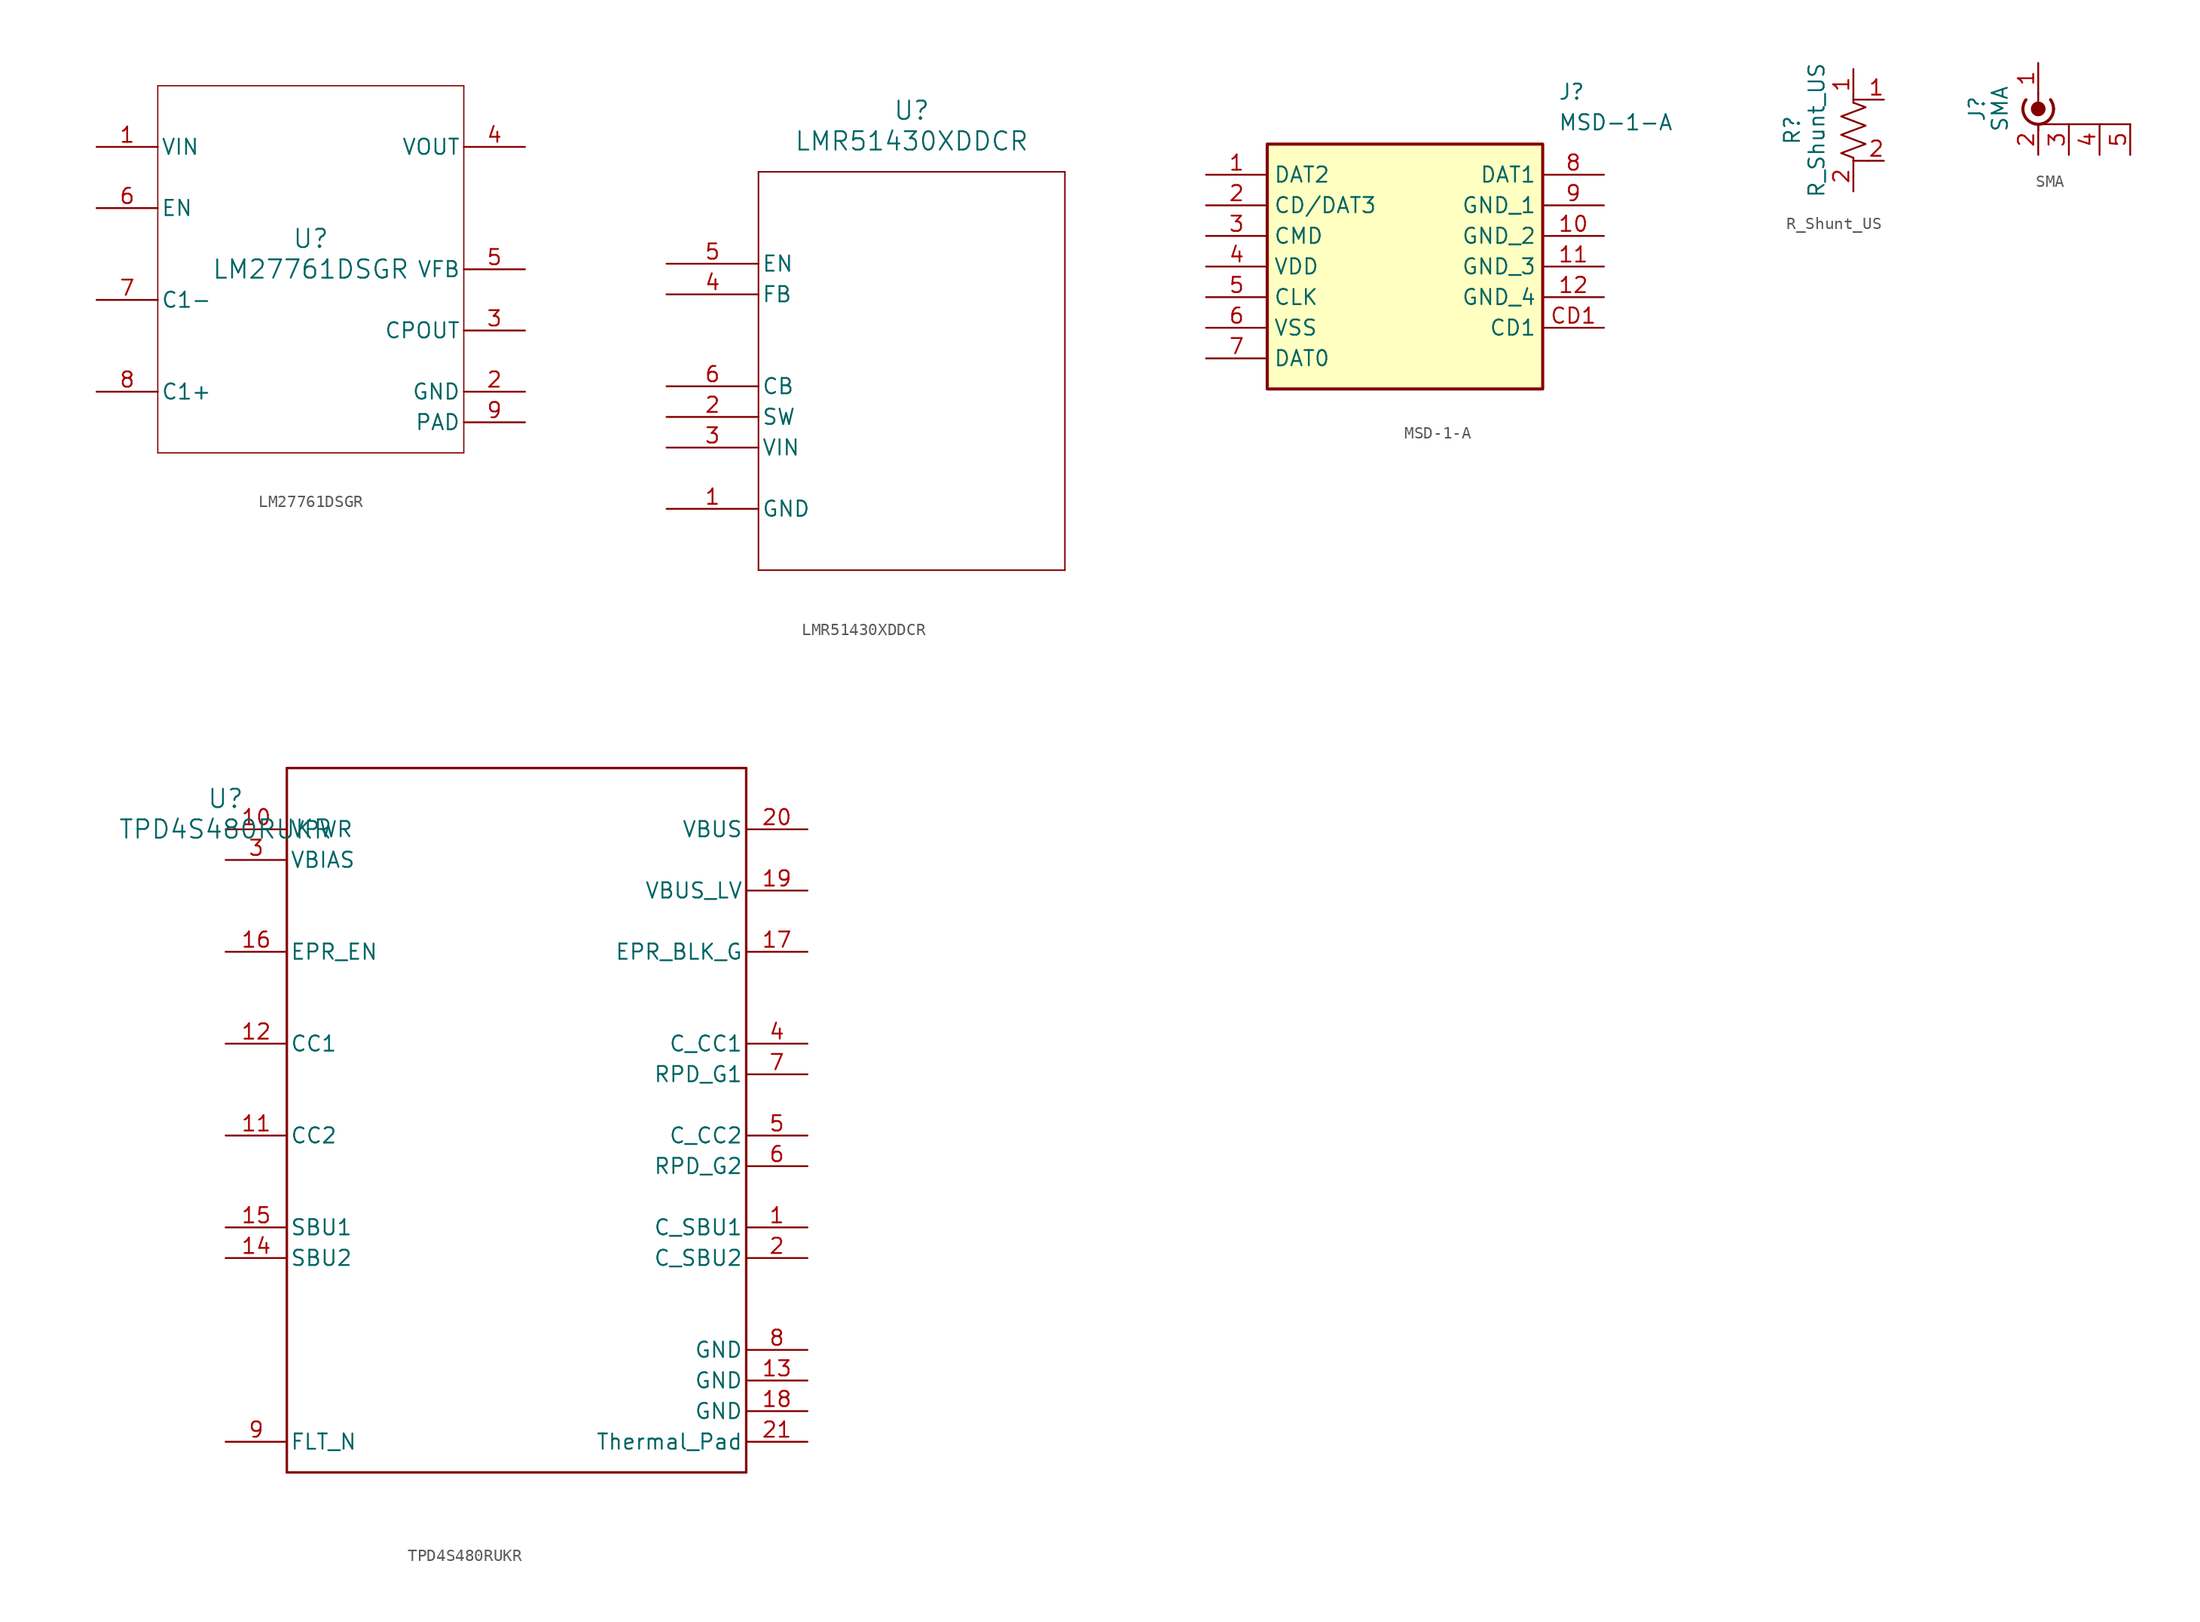
<source format=kicad_sym>
(kicad_symbol_lib
  (version 20241209)
  (generator "kicad_symbol_editor")
  (generator_version "9.0")
  (symbol "LM27761DSGR"
    (pin_names
      (offset 0.254))
    (property "Reference" "U"
      (at 0 2.54 0)
      (effects (font (size 1.524 1.524))))
    (property "Value" "LM27761DSGR"
      (at 0 0 0)
      (effects (font (size 1.524 1.524))))
    (property "ki_locked" ""
      (at 0 0 0)
      (effects (font (size 1.27 1.27))))
    (symbol "LM27761DSGR_0_1"
      (polyline (pts (xy -12.7 15.24) (xy -12.7 -15.24)) (stroke (width 0.102) (type default)) (fill (type none)))
      (polyline (pts (xy -12.7 -15.24) (xy 12.7 -15.24)) (stroke (width 0.102) (type default)) (fill (type none)))
      (polyline (pts (xy 12.7 15.24) (xy -12.7 15.24)) (stroke (width 0.102) (type default)) (fill (type none)))
      (polyline (pts (xy 12.7 -15.24) (xy 12.7 15.24)) (stroke (width 0.102) (type default)) (fill (type none)))
      (pin power_in line (at -17.78 10.16 0) (length 5.08) (name "VIN" (effects (font (size 1.27 1.27)))) (number "1" (effects (font (size 1.27 1.27)))))
      (pin input line (at -17.78 5.08 0) (length 5.08) (name "EN" (effects (font (size 1.27 1.27)))) (number "6" (effects (font (size 1.27 1.27)))))
      (pin unspecified line (at -17.78 -2.54 0) (length 5.08) (name "C1-" (effects (font (size 1.27 1.27)))) (number "7" (effects (font (size 1.27 1.27)))))
      (pin unspecified line (at -17.78 -10.16 0) (length 5.08) (name "C1+" (effects (font (size 1.27 1.27)))) (number "8" (effects (font (size 1.27 1.27)))))
      (pin power_in line (at 17.78 10.16 180) (length 5.08) (name "VOUT" (effects (font (size 1.27 1.27)))) (number "4" (effects (font (size 1.27 1.27)))))
      (pin input line (at 17.78 0 180) (length 5.08) (name "VFB" (effects (font (size 1.27 1.27)))) (number "5" (effects (font (size 1.27 1.27)))))
      (pin power_in line (at 17.78 -5.08 180) (length 5.08) (name "CPOUT" (effects (font (size 1.27 1.27)))) (number "3" (effects (font (size 1.27 1.27)))))
      (pin power_in line (at 17.78 -10.16 180) (length 5.08) (name "GND" (effects (font (size 1.27 1.27)))) (number "2" (effects (font (size 1.27 1.27)))))
      (pin unspecified line (at 17.78 -12.7 180) (length 5.08) (name "PAD" (effects (font (size 1.27 1.27)))) (number "9" (effects (font (size 1.27 1.27)))))))
  (symbol "LMR51430XDDCR"
    (pin_names
      (offset 0.254))
    (property "Reference" "U"
      (at 20.32 12.7 0)
      (effects (font (size 1.524 1.524))))
    (property "Value" "LMR51430XDDCR"
      (at 20.32 10.16 0)
      (effects (font (size 1.524 1.524))))
    (property "ki_locked" ""
      (at 0 0 0)
      (effects (font (size 1.27 1.27))))
    (symbol "LMR51430XDDCR_0_1"
      (polyline (pts (xy 7.62 7.62) (xy 7.62 -25.4)) (stroke (width 0.127) (type default)) (fill (type none)))
      (polyline (pts (xy 7.62 -25.4) (xy 33.02 -25.4)) (stroke (width 0.127) (type default)) (fill (type none)))
      (polyline (pts (xy 33.02 7.62) (xy 7.62 7.62)) (stroke (width 0.127) (type default)) (fill (type none)))
      (polyline (pts (xy 33.02 -25.4) (xy 33.02 7.62)) (stroke (width 0.127) (type default)) (fill (type none)))
      (pin unspecified line (at 0 0 0) (length 7.62) (name "EN" (effects (font (size 1.27 1.27)))) (number "5" (effects (font (size 1.27 1.27)))))
      (pin unspecified line (at 0 -2.54 0) (length 7.62) (name "FB" (effects (font (size 1.27 1.27)))) (number "4" (effects (font (size 1.27 1.27)))))
      (pin power_in line (at 0 -10.16 0) (length 7.62) (name "CB" (effects (font (size 1.27 1.27)))) (number "6" (effects (font (size 1.27 1.27)))))
      (pin power_in line (at 0 -12.7 0) (length 7.62) (name "SW" (effects (font (size 1.27 1.27)))) (number "2" (effects (font (size 1.27 1.27)))))
      (pin power_in line (at 0 -15.24 0) (length 7.62) (name "VIN" (effects (font (size 1.27 1.27)))) (number "3" (effects (font (size 1.27 1.27)))))
      (pin power_out line (at 0 -20.32 0) (length 7.62) (name "GND" (effects (font (size 1.27 1.27)))) (number "1" (effects (font (size 1.27 1.27)))))))
  (symbol "MSD-1-A"
    (property "Reference" "J"
      (at 29.21 7.62 0)
      (effects (font (size 1.27 1.27)) (justify left top)))
    (property "Value" "MSD-1-A"
      (at 29.21 5.08 0)
      (effects (font (size 1.27 1.27)) (justify left top)))
    (symbol "MSD-1-A_1_1"
      (rectangle (start 5.08 2.54) (end 27.94 -17.78) (stroke (width 0.254) (type default)) (fill (type background)))
      (pin passive line (at 0 0 0) (length 5.08) (name "DAT2" (effects (font (size 1.27 1.27)))) (number "1" (effects (font (size 1.27 1.27)))))
      (pin passive line (at 0 -2.54 0) (length 5.08) (name "CD/DAT3" (effects (font (size 1.27 1.27)))) (number "2" (effects (font (size 1.27 1.27)))))
      (pin passive line (at 0 -5.08 0) (length 5.08) (name "CMD" (effects (font (size 1.27 1.27)))) (number "3" (effects (font (size 1.27 1.27)))))
      (pin passive line (at 0 -7.62 0) (length 5.08) (name "VDD" (effects (font (size 1.27 1.27)))) (number "4" (effects (font (size 1.27 1.27)))))
      (pin passive line (at 0 -10.16 0) (length 5.08) (name "CLK" (effects (font (size 1.27 1.27)))) (number "5" (effects (font (size 1.27 1.27)))))
      (pin passive line (at 0 -12.7 0) (length 5.08) (name "VSS" (effects (font (size 1.27 1.27)))) (number "6" (effects (font (size 1.27 1.27)))))
      (pin passive line (at 0 -15.24 0) (length 5.08) (name "DAT0" (effects (font (size 1.27 1.27)))) (number "7" (effects (font (size 1.27 1.27)))))
      (pin passive line (at 33.02 0 180) (length 5.08) (name "DAT1" (effects (font (size 1.27 1.27)))) (number "8" (effects (font (size 1.27 1.27)))))
      (pin passive line (at 33.02 -2.54 180) (length 5.08) (name "GND_1" (effects (font (size 1.27 1.27)))) (number "9" (effects (font (size 1.27 1.27)))))
      (pin passive line (at 33.02 -5.08 180) (length 5.08) (name "GND_2" (effects (font (size 1.27 1.27)))) (number "10" (effects (font (size 1.27 1.27)))))
      (pin passive line (at 33.02 -7.62 180) (length 5.08) (name "GND_3" (effects (font (size 1.27 1.27)))) (number "11" (effects (font (size 1.27 1.27)))))
      (pin passive line (at 33.02 -10.16 180) (length 5.08) (name "GND_4" (effects (font (size 1.27 1.27)))) (number "12" (effects (font (size 1.27 1.27)))))
      (pin passive line (at 33.02 -12.7 180) (length 5.08) (name "CD1" (effects (font (size 1.27 1.27)))) (number "CD1" (effects (font (size 1.27 1.27)))))))
  (symbol "R_Shunt_US"
    (pin_names
      (offset 0)
      (hide yes))
    (property "Reference" "R"
      (at -5.08 0 90)
      (effects (font (size 1.27 1.27))))
    (property "Value" "R_Shunt_US"
      (at -3.048 0 90)
      (effects (font (size 1.27 1.27))))
    (symbol "R_Shunt_US_1_1"
      (polyline (pts (xy 0 2.286) (xy 0 2.54)) (stroke (width 0) (type default)) (fill (type none)))
      (polyline (pts (xy 0 2.286) (xy 1.016 1.905) (xy 0 1.524) (xy -1.016 1.143) (xy 0 0.762)) (stroke (width 0) (type default)) (fill (type none)))
      (polyline (pts (xy 0 0.762) (xy 1.016 0.381) (xy 0 0) (xy -1.016 -0.381) (xy 0 -0.762)) (stroke (width 0) (type default)) (fill (type none)))
      (polyline (pts (xy 0 -0.762) (xy 1.016 -1.143) (xy 0 -1.524) (xy -1.016 -1.905) (xy 0 -2.286)) (stroke (width 0) (type default)) (fill (type none)))
      (polyline (pts (xy 0 -2.286) (xy 0 -2.54)) (stroke (width 0) (type default)) (fill (type none)))
      (polyline (pts (xy 0 -2.54) (xy 1.27 -2.54)) (stroke (width 0) (type default)) (fill (type none)))
      (polyline (pts (xy 1.27 2.54) (xy 0 2.54)) (stroke (width 0) (type default)) (fill (type none)))
      (pin passive line (at 0 5.08 270) (length 2.54) (name "~" (effects (font (size 1.27 1.27)))) (number "1" (effects (font (size 1.27 1.27)))))
      (pin passive line (at 0 -5.08 90) (length 2.54) (name "2" (effects (font (size 1.27 1.27)))) (number "2" (effects (font (size 1.27 1.27)))))
      (pin passive line (at 2.54 2.54 180) (length 1.27) (name "~" (effects (font (size 1.27 1.27)))) (number "1" (effects (font (size 1.27 1.27)))))
      (pin passive line (at 2.54 -2.54 180) (length 1.27) (name "2" (effects (font (size 1.27 1.27)))) (number "2" (effects (font (size 1.27 1.27)))))))
  (symbol "SMA"
    (pin_names
      (offset 1.016)
      (hide yes))
    (property "Reference" "J"
      (at -5.08 -1.27 90)
      (effects (font (size 1.27 1.27))))
    (property "Value" "SMA"
      (at -3.175 -1.27 90)
      (effects (font (size 1.27 1.27))))
    (symbol "SMA_0_1"
      (arc (start 1.016 -0.508) (mid 1.2048 -0.8684) (end 1.27 -1.27) (stroke (width 0.254) (type default)) (fill (type none)))
      (polyline (pts (xy 0 0) (xy 0 -1.27)) (stroke (width 0) (type default)) (fill (type none)))
      (arc (start 1.27 -1.27) (mid 0 -2.5345) (end -1.27 -1.27) (stroke (width 0.254) (type default)) (fill (type none)))
      (arc (start -1.27 -1.27) (mid -1.2048 -0.8684) (end -1.016 -0.508) (stroke (width 0.254) (type default)) (fill (type none)))
      (circle (center 0 -1.27) (radius 0.508) (stroke (width 0.203) (type default)) (fill (type outline)))
      (polyline (pts (xy 0 -2.54) (xy 0 -3.048)) (stroke (width 0) (type default)) (fill (type none)))
      (polyline (pts (xy 0 -2.54) (xy 7.62 -2.54)) (stroke (width 0) (type default)) (fill (type none))))
    (symbol "SMA_1_1"
      (pin passive line (at 0 2.54 270) (length 2.54) (name "In" (effects (font (size 1.27 1.27)))) (number "1" (effects (font (size 1.27 1.27)))))
      (pin passive line (at 0 -5.08 90) (length 2.54) (name "Ext" (effects (font (size 1.27 1.27)))) (number "2" (effects (font (size 1.27 1.27)))))
      (pin passive line (at 2.54 -5.08 90) (length 2.54) (name "Ext" (effects (font (size 1.27 1.27)))) (number "3" (effects (font (size 1.27 1.27)))))
      (pin passive line (at 5.08 -5.08 90) (length 2.54) (name "Ext" (effects (font (size 1.27 1.27)))) (number "4" (effects (font (size 1.27 1.27)))))
      (pin passive line (at 7.62 -5.08 90) (length 2.54) (name "Ext" (effects (font (size 1.27 1.27)))) (number "5" (effects (font (size 1.27 1.27)))))))
  (symbol "TPD4S480RUKR"
    (pin_names
      (offset 0.254))
    (property "Reference" "U"
      (at 0 2.54 0)
      (effects (font (size 1.524 1.524))))
    (property "Value" "TPD4S480RUKR"
      (at 0 0 0)
      (effects (font (size 1.524 1.524))))
    (property "ki_locked" ""
      (at 0 0 0)
      (effects (font (size 1.27 1.27))))
    (symbol "TPD4S480RUKR_0_1"
      (polyline (pts (xy 5.08 5.08) (xy 5.08 -53.34)) (stroke (width 0.203) (type default)) (fill (type none)))
      (polyline (pts (xy 5.08 -53.34) (xy 43.18 -53.34)) (stroke (width 0.203) (type default)) (fill (type none)))
      (polyline (pts (xy 43.18 5.08) (xy 5.08 5.08)) (stroke (width 0.203) (type default)) (fill (type none)))
      (polyline (pts (xy 43.18 -53.34) (xy 43.18 5.08)) (stroke (width 0.203) (type default)) (fill (type none)))
      (pin power_in line (at 0 0 0) (length 5.08) (name "VPWR" (effects (font (size 1.27 1.27)))) (number "10" (effects (font (size 1.27 1.27)))))
      (pin power_in line (at 0 -2.54 0) (length 5.08) (name "VBIAS" (effects (font (size 1.27 1.27)))) (number "3" (effects (font (size 1.27 1.27)))))
      (pin input line (at 0 -10.16 0) (length 5.08) (name "EPR_EN" (effects (font (size 1.27 1.27)))) (number "16" (effects (font (size 1.27 1.27)))))
      (pin bidirectional line (at 0 -17.78 0) (length 5.08) (name "CC1" (effects (font (size 1.27 1.27)))) (number "12" (effects (font (size 1.27 1.27)))))
      (pin bidirectional line (at 0 -25.4 0) (length 5.08) (name "CC2" (effects (font (size 1.27 1.27)))) (number "11" (effects (font (size 1.27 1.27)))))
      (pin bidirectional line (at 0 -33.02 0) (length 5.08) (name "SBU1" (effects (font (size 1.27 1.27)))) (number "15" (effects (font (size 1.27 1.27)))))
      (pin bidirectional line (at 0 -35.56 0) (length 5.08) (name "SBU2" (effects (font (size 1.27 1.27)))) (number "14" (effects (font (size 1.27 1.27)))))
      (pin open_collector line (at 0 -50.8 0) (length 5.08) (name "FLT_N" (effects (font (size 1.27 1.27)))) (number "9" (effects (font (size 1.27 1.27)))))
      (pin unspecified line (at 48.26 0 180) (length 5.08) (name "VBUS" (effects (font (size 1.27 1.27)))) (number "20" (effects (font (size 1.27 1.27)))))
      (pin unspecified line (at 48.26 -5.08 180) (length 5.08) (name "VBUS_LV" (effects (font (size 1.27 1.27)))) (number "19" (effects (font (size 1.27 1.27)))))
      (pin unspecified line (at 48.26 -10.16 180) (length 5.08) (name "EPR_BLK_G" (effects (font (size 1.27 1.27)))) (number "17" (effects (font (size 1.27 1.27)))))
      (pin bidirectional line (at 48.26 -17.78 180) (length 5.08) (name "C_CC1" (effects (font (size 1.27 1.27)))) (number "4" (effects (font (size 1.27 1.27)))))
      (pin bidirectional line (at 48.26 -20.32 180) (length 5.08) (name "RPD_G1" (effects (font (size 1.27 1.27)))) (number "7" (effects (font (size 1.27 1.27)))))
      (pin bidirectional line (at 48.26 -25.4 180) (length 5.08) (name "C_CC2" (effects (font (size 1.27 1.27)))) (number "5" (effects (font (size 1.27 1.27)))))
      (pin bidirectional line (at 48.26 -27.94 180) (length 5.08) (name "RPD_G2" (effects (font (size 1.27 1.27)))) (number "6" (effects (font (size 1.27 1.27)))))
      (pin bidirectional line (at 48.26 -33.02 180) (length 5.08) (name "C_SBU1" (effects (font (size 1.27 1.27)))) (number "1" (effects (font (size 1.27 1.27)))))
      (pin bidirectional line (at 48.26 -35.56 180) (length 5.08) (name "C_SBU2" (effects (font (size 1.27 1.27)))) (number "2" (effects (font (size 1.27 1.27)))))
      (pin power_in line (at 48.26 -43.18 180) (length 5.08) (name "GND" (effects (font (size 1.27 1.27)))) (number "8" (effects (font (size 1.27 1.27)))))
      (pin power_in line (at 48.26 -45.72 180) (length 5.08) (name "GND" (effects (font (size 1.27 1.27)))) (number "13" (effects (font (size 1.27 1.27)))))
      (pin power_in line (at 48.26 -48.26 180) (length 5.08) (name "GND" (effects (font (size 1.27 1.27)))) (number "18" (effects (font (size 1.27 1.27)))))
      (pin unspecified line (at 48.26 -50.8 180) (length 5.08) (name "Thermal_Pad" (effects (font (size 1.27 1.27)))) (number "21" (effects (font (size 1.27 1.27))))))))
</source>
